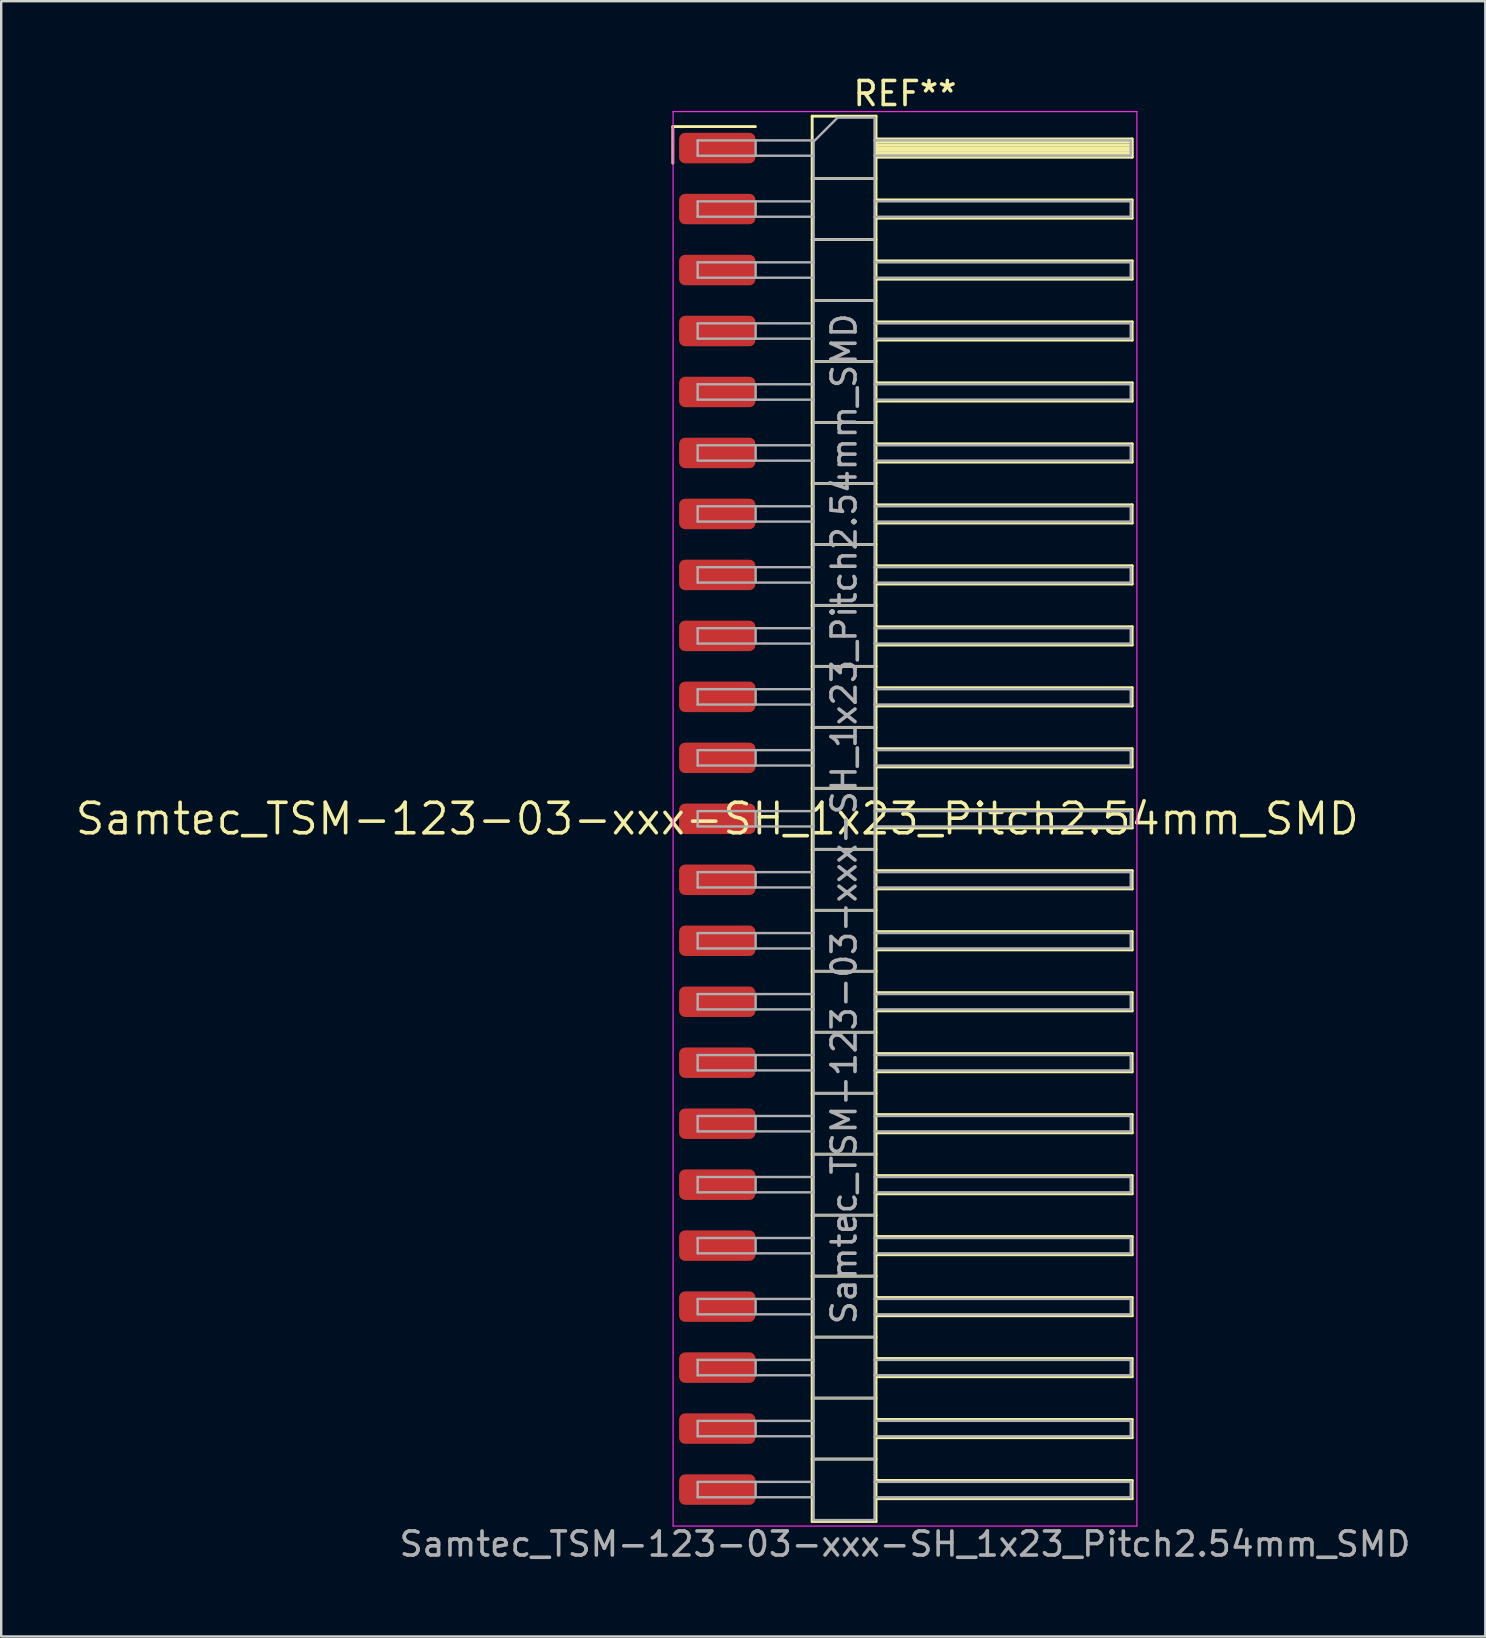
<source format=kicad_pcb>
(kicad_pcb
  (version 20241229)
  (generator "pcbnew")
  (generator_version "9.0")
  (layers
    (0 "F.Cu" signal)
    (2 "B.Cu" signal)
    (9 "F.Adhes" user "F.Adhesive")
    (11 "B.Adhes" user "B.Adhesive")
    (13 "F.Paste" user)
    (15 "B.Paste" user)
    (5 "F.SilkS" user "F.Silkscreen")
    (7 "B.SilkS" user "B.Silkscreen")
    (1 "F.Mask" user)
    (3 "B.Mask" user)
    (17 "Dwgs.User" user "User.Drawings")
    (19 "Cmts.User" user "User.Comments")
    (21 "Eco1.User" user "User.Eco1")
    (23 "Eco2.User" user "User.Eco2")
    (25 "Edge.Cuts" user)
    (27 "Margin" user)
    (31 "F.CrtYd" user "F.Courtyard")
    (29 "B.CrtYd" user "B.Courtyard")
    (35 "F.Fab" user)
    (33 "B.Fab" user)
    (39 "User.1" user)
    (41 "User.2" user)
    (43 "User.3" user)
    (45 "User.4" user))
  (footprint "Samtec_TSM-123-03-xxx-SH_1x23_Pitch2.54mm_SMD"
    (layer "F.Cu")
    (at 26.828 31.058)
    (property "Reference" "Samtec_TSM-123-03-xxx-SH_1x23_Pitch2.54mm_SMD" (at 0 0 0) (layer "F.SilkS") (effects (font (size 1.27 1.27) (thickness 0.15))))
    (attr smd)
    (fp_line (start -1.85 -28.835) (end 1.59 -28.835) (stroke (width 0.12) (type solid)) (layer "F.SilkS"))
    (fp_line (start -1.85 -27.305) (end -1.85 -28.835) (stroke (width 0.12) (type solid)) (layer "F.SilkS"))
    (fp_line (start 3.953 -29.27) (end 6.613 -29.27) (stroke (width 0.12) (type solid)) (layer "F.SilkS"))
    (fp_line (start 3.953 -26.67) (end 6.613 -26.67) (stroke (width 0.12) (type solid)) (layer "F.SilkS"))
    (fp_line (start 3.953 -24.13) (end 6.613 -24.13) (stroke (width 0.12) (type solid)) (layer "F.SilkS"))
    (fp_line (start 3.953 -21.59) (end 6.613 -21.59) (stroke (width 0.12) (type solid)) (layer "F.SilkS"))
    (fp_line (start 3.953 -19.05) (end 6.613 -19.05) (stroke (width 0.12) (type solid)) (layer "F.SilkS"))
    (fp_line (start 3.953 -16.51) (end 6.613 -16.51) (stroke (width 0.12) (type solid)) (layer "F.SilkS"))
    (fp_line (start 3.953 -13.97) (end 6.613 -13.97) (stroke (width 0.12) (type solid)) (layer "F.SilkS"))
    (fp_line (start 3.953 -11.43) (end 6.613 -11.43) (stroke (width 0.12) (type solid)) (layer "F.SilkS"))
    (fp_line (start 3.953 -8.89) (end 6.613 -8.89) (stroke (width 0.12) (type solid)) (layer "F.SilkS"))
    (fp_line (start 3.953 -6.35) (end 6.613 -6.35) (stroke (width 0.12) (type solid)) (layer "F.SilkS"))
    (fp_line (start 3.953 -3.81) (end 6.613 -3.81) (stroke (width 0.12) (type solid)) (layer "F.SilkS"))
    (fp_line (start 3.953 -1.27) (end 6.613 -1.27) (stroke (width 0.12) (type solid)) (layer "F.SilkS"))
    (fp_line (start 3.953 1.27) (end 6.613 1.27) (stroke (width 0.12) (type solid)) (layer "F.SilkS"))
    (fp_line (start 3.953 3.81) (end 6.613 3.81) (stroke (width 0.12) (type solid)) (layer "F.SilkS"))
    (fp_line (start 3.953 6.35) (end 6.613 6.35) (stroke (width 0.12) (type solid)) (layer "F.SilkS"))
    (fp_line (start 3.953 8.89) (end 6.613 8.89) (stroke (width 0.12) (type solid)) (layer "F.SilkS"))
    (fp_line (start 3.953 11.43) (end 6.613 11.43) (stroke (width 0.12) (type solid)) (layer "F.SilkS"))
    (fp_line (start 3.953 13.97) (end 6.613 13.97) (stroke (width 0.12) (type solid)) (layer "F.SilkS"))
    (fp_line (start 3.953 16.51) (end 6.613 16.51) (stroke (width 0.12) (type solid)) (layer "F.SilkS"))
    (fp_line (start 3.953 19.05) (end 6.613 19.05) (stroke (width 0.12) (type solid)) (layer "F.SilkS"))
    (fp_line (start 3.953 21.59) (end 6.613 21.59) (stroke (width 0.12) (type solid)) (layer "F.SilkS"))
    (fp_line (start 3.953 24.13) (end 6.613 24.13) (stroke (width 0.12) (type solid)) (layer "F.SilkS"))
    (fp_line (start 3.953 26.67) (end 6.613 26.67) (stroke (width 0.12) (type solid)) (layer "F.SilkS"))
    (fp_line (start 3.953 29.27) (end 3.953 -29.27) (stroke (width 0.12) (type solid)) (layer "F.SilkS"))
    (fp_line (start 6.613 -29.27) (end 6.613 29.27) (stroke (width 0.12) (type solid)) (layer "F.SilkS"))
    (fp_line (start 6.613 -28.32) (end 17.283 -28.32) (stroke (width 0.12) (type solid)) (layer "F.SilkS"))
    (fp_line (start 6.613 -28.2) (end 17.283 -28.2) (stroke (width 0.12) (type solid)) (layer "F.SilkS"))
    (fp_line (start 6.613 -28.08) (end 17.283 -28.08) (stroke (width 0.12) (type solid)) (layer "F.SilkS"))
    (fp_line (start 6.613 -27.96) (end 17.283 -27.96) (stroke (width 0.12) (type solid)) (layer "F.SilkS"))
    (fp_line (start 6.613 -27.84) (end 17.283 -27.84) (stroke (width 0.12) (type solid)) (layer "F.SilkS"))
    (fp_line (start 6.613 -27.72) (end 17.283 -27.72) (stroke (width 0.12) (type solid)) (layer "F.SilkS"))
    (fp_line (start 6.613 -27.6) (end 17.283 -27.6) (stroke (width 0.12) (type solid)) (layer "F.SilkS"))
    (fp_line (start 6.613 -27.56) (end 17.283 -27.56) (stroke (width 0.12) (type solid)) (layer "F.SilkS"))
    (fp_line (start 6.613 -25.78) (end 17.283 -25.78) (stroke (width 0.12) (type solid)) (layer "F.SilkS"))
    (fp_line (start 6.613 -25.02) (end 17.283 -25.02) (stroke (width 0.12) (type solid)) (layer "F.SilkS"))
    (fp_line (start 6.613 -23.24) (end 17.283 -23.24) (stroke (width 0.12) (type solid)) (layer "F.SilkS"))
    (fp_line (start 6.613 -22.48) (end 17.283 -22.48) (stroke (width 0.12) (type solid)) (layer "F.SilkS"))
    (fp_line (start 6.613 -20.7) (end 17.283 -20.7) (stroke (width 0.12) (type solid)) (layer "F.SilkS"))
    (fp_line (start 6.613 -19.94) (end 17.283 -19.94) (stroke (width 0.12) (type solid)) (layer "F.SilkS"))
    (fp_line (start 6.613 -18.16) (end 17.283 -18.16) (stroke (width 0.12) (type solid)) (layer "F.SilkS"))
    (fp_line (start 6.613 -17.4) (end 17.283 -17.4) (stroke (width 0.12) (type solid)) (layer "F.SilkS"))
    (fp_line (start 6.613 -15.62) (end 17.283 -15.62) (stroke (width 0.12) (type solid)) (layer "F.SilkS"))
    (fp_line (start 6.613 -14.86) (end 17.283 -14.86) (stroke (width 0.12) (type solid)) (layer "F.SilkS"))
    (fp_line (start 6.613 -13.08) (end 17.283 -13.08) (stroke (width 0.12) (type solid)) (layer "F.SilkS"))
    (fp_line (start 6.613 -12.32) (end 17.283 -12.32) (stroke (width 0.12) (type solid)) (layer "F.SilkS"))
    (fp_line (start 6.613 -10.54) (end 17.283 -10.54) (stroke (width 0.12) (type solid)) (layer "F.SilkS"))
    (fp_line (start 6.613 -9.78) (end 17.283 -9.78) (stroke (width 0.12) (type solid)) (layer "F.SilkS"))
    (fp_line (start 6.613 -8) (end 17.283 -8) (stroke (width 0.12) (type solid)) (layer "F.SilkS"))
    (fp_line (start 6.613 -7.24) (end 17.283 -7.24) (stroke (width 0.12) (type solid)) (layer "F.SilkS"))
    (fp_line (start 6.613 -5.46) (end 17.283 -5.46) (stroke (width 0.12) (type solid)) (layer "F.SilkS"))
    (fp_line (start 6.613 -4.7) (end 17.283 -4.7) (stroke (width 0.12) (type solid)) (layer "F.SilkS"))
    (fp_line (start 6.613 -2.92) (end 17.283 -2.92) (stroke (width 0.12) (type solid)) (layer "F.SilkS"))
    (fp_line (start 6.613 -2.16) (end 17.283 -2.16) (stroke (width 0.12) (type solid)) (layer "F.SilkS"))
    (fp_line (start 6.613 -0.38) (end 17.283 -0.38) (stroke (width 0.12) (type solid)) (layer "F.SilkS"))
    (fp_line (start 6.613 0.38) (end 17.283 0.38) (stroke (width 0.12) (type solid)) (layer "F.SilkS"))
    (fp_line (start 6.613 2.16) (end 17.283 2.16) (stroke (width 0.12) (type solid)) (layer "F.SilkS"))
    (fp_line (start 6.613 2.92) (end 17.283 2.92) (stroke (width 0.12) (type solid)) (layer "F.SilkS"))
    (fp_line (start 6.613 4.7) (end 17.283 4.7) (stroke (width 0.12) (type solid)) (layer "F.SilkS"))
    (fp_line (start 6.613 5.46) (end 17.283 5.46) (stroke (width 0.12) (type solid)) (layer "F.SilkS"))
    (fp_line (start 6.613 7.24) (end 17.283 7.24) (stroke (width 0.12) (type solid)) (layer "F.SilkS"))
    (fp_line (start 6.613 8) (end 17.283 8) (stroke (width 0.12) (type solid)) (layer "F.SilkS"))
    (fp_line (start 6.613 9.78) (end 17.283 9.78) (stroke (width 0.12) (type solid)) (layer "F.SilkS"))
    (fp_line (start 6.613 10.54) (end 17.283 10.54) (stroke (width 0.12) (type solid)) (layer "F.SilkS"))
    (fp_line (start 6.613 12.32) (end 17.283 12.32) (stroke (width 0.12) (type solid)) (layer "F.SilkS"))
    (fp_line (start 6.613 13.08) (end 17.283 13.08) (stroke (width 0.12) (type solid)) (layer "F.SilkS"))
    (fp_line (start 6.613 14.86) (end 17.283 14.86) (stroke (width 0.12) (type solid)) (layer "F.SilkS"))
    (fp_line (start 6.613 15.62) (end 17.283 15.62) (stroke (width 0.12) (type solid)) (layer "F.SilkS"))
    (fp_line (start 6.613 17.4) (end 17.283 17.4) (stroke (width 0.12) (type solid)) (layer "F.SilkS"))
    (fp_line (start 6.613 18.16) (end 17.283 18.16) (stroke (width 0.12) (type solid)) (layer "F.SilkS"))
    (fp_line (start 6.613 19.94) (end 17.283 19.94) (stroke (width 0.12) (type solid)) (layer "F.SilkS"))
    (fp_line (start 6.613 20.7) (end 17.283 20.7) (stroke (width 0.12) (type solid)) (layer "F.SilkS"))
    (fp_line (start 6.613 22.48) (end 17.283 22.48) (stroke (width 0.12) (type solid)) (layer "F.SilkS"))
    (fp_line (start 6.613 23.24) (end 17.283 23.24) (stroke (width 0.12) (type solid)) (layer "F.SilkS"))
    (fp_line (start 6.613 25.02) (end 17.283 25.02) (stroke (width 0.12) (type solid)) (layer "F.SilkS"))
    (fp_line (start 6.613 25.78) (end 17.283 25.78) (stroke (width 0.12) (type solid)) (layer "F.SilkS"))
    (fp_line (start 6.613 27.56) (end 17.283 27.56) (stroke (width 0.12) (type solid)) (layer "F.SilkS"))
    (fp_line (start 6.613 28.32) (end 17.283 28.32) (stroke (width 0.12) (type solid)) (layer "F.SilkS"))
    (fp_line (start 6.613 29.27) (end 3.953 29.27) (stroke (width 0.12) (type solid)) (layer "F.SilkS"))
    (fp_line (start 17.283 -28.32) (end 17.283 -27.56) (stroke (width 0.12) (type solid)) (layer "F.SilkS"))
    (fp_line (start 17.283 -25.78) (end 17.283 -25.02) (stroke (width 0.12) (type solid)) (layer "F.SilkS"))
    (fp_line (start 17.283 -23.24) (end 17.283 -22.48) (stroke (width 0.12) (type solid)) (layer "F.SilkS"))
    (fp_line (start 17.283 -20.7) (end 17.283 -19.94) (stroke (width 0.12) (type solid)) (layer "F.SilkS"))
    (fp_line (start 17.283 -18.16) (end 17.283 -17.4) (stroke (width 0.12) (type solid)) (layer "F.SilkS"))
    (fp_line (start 17.283 -15.62) (end 17.283 -14.86) (stroke (width 0.12) (type solid)) (layer "F.SilkS"))
    (fp_line (start 17.283 -13.08) (end 17.283 -12.32) (stroke (width 0.12) (type solid)) (layer "F.SilkS"))
    (fp_line (start 17.283 -10.54) (end 17.283 -9.78) (stroke (width 0.12) (type solid)) (layer "F.SilkS"))
    (fp_line (start 17.283 -8) (end 17.283 -7.24) (stroke (width 0.12) (type solid)) (layer "F.SilkS"))
    (fp_line (start 17.283 -5.46) (end 17.283 -4.7) (stroke (width 0.12) (type solid)) (layer "F.SilkS"))
    (fp_line (start 17.283 -2.92) (end 17.283 -2.16) (stroke (width 0.12) (type solid)) (layer "F.SilkS"))
    (fp_line (start 17.283 -0.38) (end 17.283 0.38) (stroke (width 0.12) (type solid)) (layer "F.SilkS"))
    (fp_line (start 17.283 2.16) (end 17.283 2.92) (stroke (width 0.12) (type solid)) (layer "F.SilkS"))
    (fp_line (start 17.283 4.7) (end 17.283 5.46) (stroke (width 0.12) (type solid)) (layer "F.SilkS"))
    (fp_line (start 17.283 7.24) (end 17.283 8) (stroke (width 0.12) (type solid)) (layer "F.SilkS"))
    (fp_line (start 17.283 9.78) (end 17.283 10.54) (stroke (width 0.12) (type solid)) (layer "F.SilkS"))
    (fp_line (start 17.283 12.32) (end 17.283 13.08) (stroke (width 0.12) (type solid)) (layer "F.SilkS"))
    (fp_line (start 17.283 14.86) (end 17.283 15.62) (stroke (width 0.12) (type solid)) (layer "F.SilkS"))
    (fp_line (start 17.283 17.4) (end 17.283 18.16) (stroke (width 0.12) (type solid)) (layer "F.SilkS"))
    (fp_line (start 17.283 19.94) (end 17.283 20.7) (stroke (width 0.12) (type solid)) (layer "F.SilkS"))
    (fp_line (start 17.283 22.48) (end 17.283 23.24) (stroke (width 0.12) (type solid)) (layer "F.SilkS"))
    (fp_line (start 17.283 25.02) (end 17.283 25.78) (stroke (width 0.12) (type solid)) (layer "F.SilkS"))
    (fp_line (start 17.283 27.56) (end 17.283 28.32) (stroke (width 0.12) (type solid)) (layer "F.SilkS"))
    (fp_line (start -1.84 -29.46) (end 17.48 -29.46) (stroke (width 0.05) (type solid)) (layer "F.CrtYd"))
    (fp_line (start -1.84 29.46) (end -1.84 -29.46) (stroke (width 0.05) (type solid)) (layer "F.CrtYd"))
    (fp_line (start 17.48 -29.46) (end 17.48 29.46) (stroke (width 0.05) (type solid)) (layer "F.CrtYd"))
    (fp_line (start 17.48 29.46) (end -1.84 29.46) (stroke (width 0.05) (type solid)) (layer "F.CrtYd"))
    (fp_line (start -0.817 -28.26) (end -0.817 -27.62) (stroke (width 0.1) (type solid)) (layer "F.Fab"))
    (fp_line (start -0.817 -28.26) (end 4.013 -28.26) (stroke (width 0.1) (type solid)) (layer "F.Fab"))
    (fp_line (start -0.817 -27.62) (end 4.013 -27.62) (stroke (width 0.1) (type solid)) (layer "F.Fab"))
    (fp_line (start -0.817 -25.72) (end -0.817 -25.08) (stroke (width 0.1) (type solid)) (layer "F.Fab"))
    (fp_line (start -0.817 -25.72) (end 4.013 -25.72) (stroke (width 0.1) (type solid)) (layer "F.Fab"))
    (fp_line (start -0.817 -25.08) (end 4.013 -25.08) (stroke (width 0.1) (type solid)) (layer "F.Fab"))
    (fp_line (start -0.817 -23.18) (end -0.817 -22.54) (stroke (width 0.1) (type solid)) (layer "F.Fab"))
    (fp_line (start -0.817 -23.18) (end 4.013 -23.18) (stroke (width 0.1) (type solid)) (layer "F.Fab"))
    (fp_line (start -0.817 -22.54) (end 4.013 -22.54) (stroke (width 0.1) (type solid)) (layer "F.Fab"))
    (fp_line (start -0.817 -20.64) (end -0.817 -20) (stroke (width 0.1) (type solid)) (layer "F.Fab"))
    (fp_line (start -0.817 -20.64) (end 4.013 -20.64) (stroke (width 0.1) (type solid)) (layer "F.Fab"))
    (fp_line (start -0.817 -20) (end 4.013 -20) (stroke (width 0.1) (type solid)) (layer "F.Fab"))
    (fp_line (start -0.817 -18.1) (end -0.817 -17.46) (stroke (width 0.1) (type solid)) (layer "F.Fab"))
    (fp_line (start -0.817 -18.1) (end 4.013 -18.1) (stroke (width 0.1) (type solid)) (layer "F.Fab"))
    (fp_line (start -0.817 -17.46) (end 4.013 -17.46) (stroke (width 0.1) (type solid)) (layer "F.Fab"))
    (fp_line (start -0.817 -15.56) (end -0.817 -14.92) (stroke (width 0.1) (type solid)) (layer "F.Fab"))
    (fp_line (start -0.817 -15.56) (end 4.013 -15.56) (stroke (width 0.1) (type solid)) (layer "F.Fab"))
    (fp_line (start -0.817 -14.92) (end 4.013 -14.92) (stroke (width 0.1) (type solid)) (layer "F.Fab"))
    (fp_line (start -0.817 -13.02) (end -0.817 -12.38) (stroke (width 0.1) (type solid)) (layer "F.Fab"))
    (fp_line (start -0.817 -13.02) (end 4.013 -13.02) (stroke (width 0.1) (type solid)) (layer "F.Fab"))
    (fp_line (start -0.817 -12.38) (end 4.013 -12.38) (stroke (width 0.1) (type solid)) (layer "F.Fab"))
    (fp_line (start -0.817 -10.48) (end -0.817 -9.84) (stroke (width 0.1) (type solid)) (layer "F.Fab"))
    (fp_line (start -0.817 -10.48) (end 4.013 -10.48) (stroke (width 0.1) (type solid)) (layer "F.Fab"))
    (fp_line (start -0.817 -9.84) (end 4.013 -9.84) (stroke (width 0.1) (type solid)) (layer "F.Fab"))
    (fp_line (start -0.817 -7.94) (end -0.817 -7.3) (stroke (width 0.1) (type solid)) (layer "F.Fab"))
    (fp_line (start -0.817 -7.94) (end 4.013 -7.94) (stroke (width 0.1) (type solid)) (layer "F.Fab"))
    (fp_line (start -0.817 -7.3) (end 4.013 -7.3) (stroke (width 0.1) (type solid)) (layer "F.Fab"))
    (fp_line (start -0.817 -5.4) (end -0.817 -4.76) (stroke (width 0.1) (type solid)) (layer "F.Fab"))
    (fp_line (start -0.817 -5.4) (end 4.013 -5.4) (stroke (width 0.1) (type solid)) (layer "F.Fab"))
    (fp_line (start -0.817 -4.76) (end 4.013 -4.76) (stroke (width 0.1) (type solid)) (layer "F.Fab"))
    (fp_line (start -0.817 -2.86) (end -0.817 -2.22) (stroke (width 0.1) (type solid)) (layer "F.Fab"))
    (fp_line (start -0.817 -2.86) (end 4.013 -2.86) (stroke (width 0.1) (type solid)) (layer "F.Fab"))
    (fp_line (start -0.817 -2.22) (end 4.013 -2.22) (stroke (width 0.1) (type solid)) (layer "F.Fab"))
    (fp_line (start -0.817 -0.32) (end -0.817 0.32) (stroke (width 0.1) (type solid)) (layer "F.Fab"))
    (fp_line (start -0.817 -0.32) (end 4.013 -0.32) (stroke (width 0.1) (type solid)) (layer "F.Fab"))
    (fp_line (start -0.817 0.32) (end 4.013 0.32) (stroke (width 0.1) (type solid)) (layer "F.Fab"))
    (fp_line (start -0.817 2.22) (end -0.817 2.86) (stroke (width 0.1) (type solid)) (layer "F.Fab"))
    (fp_line (start -0.817 2.22) (end 4.013 2.22) (stroke (width 0.1) (type solid)) (layer "F.Fab"))
    (fp_line (start -0.817 2.86) (end 4.013 2.86) (stroke (width 0.1) (type solid)) (layer "F.Fab"))
    (fp_line (start -0.817 4.76) (end -0.817 5.4) (stroke (width 0.1) (type solid)) (layer "F.Fab"))
    (fp_line (start -0.817 4.76) (end 4.013 4.76) (stroke (width 0.1) (type solid)) (layer "F.Fab"))
    (fp_line (start -0.817 5.4) (end 4.013 5.4) (stroke (width 0.1) (type solid)) (layer "F.Fab"))
    (fp_line (start -0.817 7.3) (end -0.817 7.94) (stroke (width 0.1) (type solid)) (layer "F.Fab"))
    (fp_line (start -0.817 7.3) (end 4.013 7.3) (stroke (width 0.1) (type solid)) (layer "F.Fab"))
    (fp_line (start -0.817 7.94) (end 4.013 7.94) (stroke (width 0.1) (type solid)) (layer "F.Fab"))
    (fp_line (start -0.817 9.84) (end -0.817 10.48) (stroke (width 0.1) (type solid)) (layer "F.Fab"))
    (fp_line (start -0.817 9.84) (end 4.013 9.84) (stroke (width 0.1) (type solid)) (layer "F.Fab"))
    (fp_line (start -0.817 10.48) (end 4.013 10.48) (stroke (width 0.1) (type solid)) (layer "F.Fab"))
    (fp_line (start -0.817 12.38) (end -0.817 13.02) (stroke (width 0.1) (type solid)) (layer "F.Fab"))
    (fp_line (start -0.817 12.38) (end 4.013 12.38) (stroke (width 0.1) (type solid)) (layer "F.Fab"))
    (fp_line (start -0.817 13.02) (end 4.013 13.02) (stroke (width 0.1) (type solid)) (layer "F.Fab"))
    (fp_line (start -0.817 14.92) (end -0.817 15.56) (stroke (width 0.1) (type solid)) (layer "F.Fab"))
    (fp_line (start -0.817 14.92) (end 4.013 14.92) (stroke (width 0.1) (type solid)) (layer "F.Fab"))
    (fp_line (start -0.817 15.56) (end 4.013 15.56) (stroke (width 0.1) (type solid)) (layer "F.Fab"))
    (fp_line (start -0.817 17.46) (end -0.817 18.1) (stroke (width 0.1) (type solid)) (layer "F.Fab"))
    (fp_line (start -0.817 17.46) (end 4.013 17.46) (stroke (width 0.1) (type solid)) (layer "F.Fab"))
    (fp_line (start -0.817 18.1) (end 4.013 18.1) (stroke (width 0.1) (type solid)) (layer "F.Fab"))
    (fp_line (start -0.817 20) (end -0.817 20.64) (stroke (width 0.1) (type solid)) (layer "F.Fab"))
    (fp_line (start -0.817 20) (end 4.013 20) (stroke (width 0.1) (type solid)) (layer "F.Fab"))
    (fp_line (start -0.817 20.64) (end 4.013 20.64) (stroke (width 0.1) (type solid)) (layer "F.Fab"))
    (fp_line (start -0.817 22.54) (end -0.817 23.18) (stroke (width 0.1) (type solid)) (layer "F.Fab"))
    (fp_line (start -0.817 22.54) (end 4.013 22.54) (stroke (width 0.1) (type solid)) (layer "F.Fab"))
    (fp_line (start -0.817 23.18) (end 4.013 23.18) (stroke (width 0.1) (type solid)) (layer "F.Fab"))
    (fp_line (start -0.817 25.08) (end -0.817 25.72) (stroke (width 0.1) (type solid)) (layer "F.Fab"))
    (fp_line (start -0.817 25.08) (end 4.013 25.08) (stroke (width 0.1) (type solid)) (layer "F.Fab"))
    (fp_line (start -0.817 25.72) (end 4.013 25.72) (stroke (width 0.1) (type solid)) (layer "F.Fab"))
    (fp_line (start -0.817 27.62) (end -0.817 28.26) (stroke (width 0.1) (type solid)) (layer "F.Fab"))
    (fp_line (start -0.817 27.62) (end 4.013 27.62) (stroke (width 0.1) (type solid)) (layer "F.Fab"))
    (fp_line (start -0.817 28.26) (end 4.013 28.26) (stroke (width 0.1) (type solid)) (layer "F.Fab"))
    (fp_line (start 1.598 -28.26) (end 1.598 -27.62) (stroke (width 0.1) (type solid)) (layer "F.Fab"))
    (fp_line (start 1.598 -25.72) (end 1.598 -25.08) (stroke (width 0.1) (type solid)) (layer "F.Fab"))
    (fp_line (start 1.598 -23.18) (end 1.598 -22.54) (stroke (width 0.1) (type solid)) (layer "F.Fab"))
    (fp_line (start 1.598 -20.64) (end 1.598 -20) (stroke (width 0.1) (type solid)) (layer "F.Fab"))
    (fp_line (start 1.598 -18.1) (end 1.598 -17.46) (stroke (width 0.1) (type solid)) (layer "F.Fab"))
    (fp_line (start 1.598 -15.56) (end 1.598 -14.92) (stroke (width 0.1) (type solid)) (layer "F.Fab"))
    (fp_line (start 1.598 -13.02) (end 1.598 -12.38) (stroke (width 0.1) (type solid)) (layer "F.Fab"))
    (fp_line (start 1.598 -10.48) (end 1.598 -9.84) (stroke (width 0.1) (type solid)) (layer "F.Fab"))
    (fp_line (start 1.598 -7.94) (end 1.598 -7.3) (stroke (width 0.1) (type solid)) (layer "F.Fab"))
    (fp_line (start 1.598 -5.4) (end 1.598 -4.76) (stroke (width 0.1) (type solid)) (layer "F.Fab"))
    (fp_line (start 1.598 -2.86) (end 1.598 -2.22) (stroke (width 0.1) (type solid)) (layer "F.Fab"))
    (fp_line (start 1.598 -0.32) (end 1.598 0.32) (stroke (width 0.1) (type solid)) (layer "F.Fab"))
    (fp_line (start 1.598 2.22) (end 1.598 2.86) (stroke (width 0.1) (type solid)) (layer "F.Fab"))
    (fp_line (start 1.598 4.76) (end 1.598 5.4) (stroke (width 0.1) (type solid)) (layer "F.Fab"))
    (fp_line (start 1.598 7.3) (end 1.598 7.94) (stroke (width 0.1) (type solid)) (layer "F.Fab"))
    (fp_line (start 1.598 9.84) (end 1.598 10.48) (stroke (width 0.1) (type solid)) (layer "F.Fab"))
    (fp_line (start 1.598 12.38) (end 1.598 13.02) (stroke (width 0.1) (type solid)) (layer "F.Fab"))
    (fp_line (start 1.598 14.92) (end 1.598 15.56) (stroke (width 0.1) (type solid)) (layer "F.Fab"))
    (fp_line (start 1.598 17.46) (end 1.598 18.1) (stroke (width 0.1) (type solid)) (layer "F.Fab"))
    (fp_line (start 1.598 20) (end 1.598 20.64) (stroke (width 0.1) (type solid)) (layer "F.Fab"))
    (fp_line (start 1.598 22.54) (end 1.598 23.18) (stroke (width 0.1) (type solid)) (layer "F.Fab"))
    (fp_line (start 1.598 25.08) (end 1.598 25.72) (stroke (width 0.1) (type solid)) (layer "F.Fab"))
    (fp_line (start 1.598 27.62) (end 1.598 28.26) (stroke (width 0.1) (type solid)) (layer "F.Fab"))
    (fp_line (start 4.013 -28.21) (end 5.013 -29.21) (stroke (width 0.1) (type solid)) (layer "F.Fab"))
    (fp_line (start 4.013 -26.67) (end 6.553 -26.67) (stroke (width 0.1) (type solid)) (layer "F.Fab"))
    (fp_line (start 4.013 -24.13) (end 6.553 -24.13) (stroke (width 0.1) (type solid)) (layer "F.Fab"))
    (fp_line (start 4.013 -21.59) (end 6.553 -21.59) (stroke (width 0.1) (type solid)) (layer "F.Fab"))
    (fp_line (start 4.013 -19.05) (end 6.553 -19.05) (stroke (width 0.1) (type solid)) (layer "F.Fab"))
    (fp_line (start 4.013 -16.51) (end 6.553 -16.51) (stroke (width 0.1) (type solid)) (layer "F.Fab"))
    (fp_line (start 4.013 -13.97) (end 6.553 -13.97) (stroke (width 0.1) (type solid)) (layer "F.Fab"))
    (fp_line (start 4.013 -11.43) (end 6.553 -11.43) (stroke (width 0.1) (type solid)) (layer "F.Fab"))
    (fp_line (start 4.013 -8.89) (end 6.553 -8.89) (stroke (width 0.1) (type solid)) (layer "F.Fab"))
    (fp_line (start 4.013 -6.35) (end 6.553 -6.35) (stroke (width 0.1) (type solid)) (layer "F.Fab"))
    (fp_line (start 4.013 -3.81) (end 6.553 -3.81) (stroke (width 0.1) (type solid)) (layer "F.Fab"))
    (fp_line (start 4.013 -1.27) (end 6.553 -1.27) (stroke (width 0.1) (type solid)) (layer "F.Fab"))
    (fp_line (start 4.013 1.27) (end 6.553 1.27) (stroke (width 0.1) (type solid)) (layer "F.Fab"))
    (fp_line (start 4.013 3.81) (end 6.553 3.81) (stroke (width 0.1) (type solid)) (layer "F.Fab"))
    (fp_line (start 4.013 6.35) (end 6.553 6.35) (stroke (width 0.1) (type solid)) (layer "F.Fab"))
    (fp_line (start 4.013 8.89) (end 6.553 8.89) (stroke (width 0.1) (type solid)) (layer "F.Fab"))
    (fp_line (start 4.013 11.43) (end 6.553 11.43) (stroke (width 0.1) (type solid)) (layer "F.Fab"))
    (fp_line (start 4.013 13.97) (end 6.553 13.97) (stroke (width 0.1) (type solid)) (layer "F.Fab"))
    (fp_line (start 4.013 16.51) (end 6.553 16.51) (stroke (width 0.1) (type solid)) (layer "F.Fab"))
    (fp_line (start 4.013 19.05) (end 6.553 19.05) (stroke (width 0.1) (type solid)) (layer "F.Fab"))
    (fp_line (start 4.013 21.59) (end 6.553 21.59) (stroke (width 0.1) (type solid)) (layer "F.Fab"))
    (fp_line (start 4.013 24.13) (end 6.553 24.13) (stroke (width 0.1) (type solid)) (layer "F.Fab"))
    (fp_line (start 4.013 26.67) (end 6.553 26.67) (stroke (width 0.1) (type solid)) (layer "F.Fab"))
    (fp_line (start 4.013 29.21) (end 4.013 -28.21) (stroke (width 0.1) (type solid)) (layer "F.Fab"))
    (fp_line (start 5.013 -29.21) (end 6.553 -29.21) (stroke (width 0.1) (type solid)) (layer "F.Fab"))
    (fp_line (start 6.553 -29.21) (end 6.553 29.21) (stroke (width 0.1) (type solid)) (layer "F.Fab"))
    (fp_line (start 6.553 -28.26) (end 17.223 -28.26) (stroke (width 0.1) (type solid)) (layer "F.Fab"))
    (fp_line (start 6.553 -27.62) (end 17.223 -27.62) (stroke (width 0.1) (type solid)) (layer "F.Fab"))
    (fp_line (start 6.553 -25.72) (end 17.223 -25.72) (stroke (width 0.1) (type solid)) (layer "F.Fab"))
    (fp_line (start 6.553 -25.08) (end 17.223 -25.08) (stroke (width 0.1) (type solid)) (layer "F.Fab"))
    (fp_line (start 6.553 -23.18) (end 17.223 -23.18) (stroke (width 0.1) (type solid)) (layer "F.Fab"))
    (fp_line (start 6.553 -22.54) (end 17.223 -22.54) (stroke (width 0.1) (type solid)) (layer "F.Fab"))
    (fp_line (start 6.553 -20.64) (end 17.223 -20.64) (stroke (width 0.1) (type solid)) (layer "F.Fab"))
    (fp_line (start 6.553 -20) (end 17.223 -20) (stroke (width 0.1) (type solid)) (layer "F.Fab"))
    (fp_line (start 6.553 -18.1) (end 17.223 -18.1) (stroke (width 0.1) (type solid)) (layer "F.Fab"))
    (fp_line (start 6.553 -17.46) (end 17.223 -17.46) (stroke (width 0.1) (type solid)) (layer "F.Fab"))
    (fp_line (start 6.553 -15.56) (end 17.223 -15.56) (stroke (width 0.1) (type solid)) (layer "F.Fab"))
    (fp_line (start 6.553 -14.92) (end 17.223 -14.92) (stroke (width 0.1) (type solid)) (layer "F.Fab"))
    (fp_line (start 6.553 -13.02) (end 17.223 -13.02) (stroke (width 0.1) (type solid)) (layer "F.Fab"))
    (fp_line (start 6.553 -12.38) (end 17.223 -12.38) (stroke (width 0.1) (type solid)) (layer "F.Fab"))
    (fp_line (start 6.553 -10.48) (end 17.223 -10.48) (stroke (width 0.1) (type solid)) (layer "F.Fab"))
    (fp_line (start 6.553 -9.84) (end 17.223 -9.84) (stroke (width 0.1) (type solid)) (layer "F.Fab"))
    (fp_line (start 6.553 -7.94) (end 17.223 -7.94) (stroke (width 0.1) (type solid)) (layer "F.Fab"))
    (fp_line (start 6.553 -7.3) (end 17.223 -7.3) (stroke (width 0.1) (type solid)) (layer "F.Fab"))
    (fp_line (start 6.553 -5.4) (end 17.223 -5.4) (stroke (width 0.1) (type solid)) (layer "F.Fab"))
    (fp_line (start 6.553 -4.76) (end 17.223 -4.76) (stroke (width 0.1) (type solid)) (layer "F.Fab"))
    (fp_line (start 6.553 -2.86) (end 17.223 -2.86) (stroke (width 0.1) (type solid)) (layer "F.Fab"))
    (fp_line (start 6.553 -2.22) (end 17.223 -2.22) (stroke (width 0.1) (type solid)) (layer "F.Fab"))
    (fp_line (start 6.553 -0.32) (end 17.223 -0.32) (stroke (width 0.1) (type solid)) (layer "F.Fab"))
    (fp_line (start 6.553 0.32) (end 17.223 0.32) (stroke (width 0.1) (type solid)) (layer "F.Fab"))
    (fp_line (start 6.553 2.22) (end 17.223 2.22) (stroke (width 0.1) (type solid)) (layer "F.Fab"))
    (fp_line (start 6.553 2.86) (end 17.223 2.86) (stroke (width 0.1) (type solid)) (layer "F.Fab"))
    (fp_line (start 6.553 4.76) (end 17.223 4.76) (stroke (width 0.1) (type solid)) (layer "F.Fab"))
    (fp_line (start 6.553 5.4) (end 17.223 5.4) (stroke (width 0.1) (type solid)) (layer "F.Fab"))
    (fp_line (start 6.553 7.3) (end 17.223 7.3) (stroke (width 0.1) (type solid)) (layer "F.Fab"))
    (fp_line (start 6.553 7.94) (end 17.223 7.94) (stroke (width 0.1) (type solid)) (layer "F.Fab"))
    (fp_line (start 6.553 9.84) (end 17.223 9.84) (stroke (width 0.1) (type solid)) (layer "F.Fab"))
    (fp_line (start 6.553 10.48) (end 17.223 10.48) (stroke (width 0.1) (type solid)) (layer "F.Fab"))
    (fp_line (start 6.553 12.38) (end 17.223 12.38) (stroke (width 0.1) (type solid)) (layer "F.Fab"))
    (fp_line (start 6.553 13.02) (end 17.223 13.02) (stroke (width 0.1) (type solid)) (layer "F.Fab"))
    (fp_line (start 6.553 14.92) (end 17.223 14.92) (stroke (width 0.1) (type solid)) (layer "F.Fab"))
    (fp_line (start 6.553 15.56) (end 17.223 15.56) (stroke (width 0.1) (type solid)) (layer "F.Fab"))
    (fp_line (start 6.553 17.46) (end 17.223 17.46) (stroke (width 0.1) (type solid)) (layer "F.Fab"))
    (fp_line (start 6.553 18.1) (end 17.223 18.1) (stroke (width 0.1) (type solid)) (layer "F.Fab"))
    (fp_line (start 6.553 20) (end 17.223 20) (stroke (width 0.1) (type solid)) (layer "F.Fab"))
    (fp_line (start 6.553 20.64) (end 17.223 20.64) (stroke (width 0.1) (type solid)) (layer "F.Fab"))
    (fp_line (start 6.553 22.54) (end 17.223 22.54) (stroke (width 0.1) (type solid)) (layer "F.Fab"))
    (fp_line (start 6.553 23.18) (end 17.223 23.18) (stroke (width 0.1) (type solid)) (layer "F.Fab"))
    (fp_line (start 6.553 25.08) (end 17.223 25.08) (stroke (width 0.1) (type solid)) (layer "F.Fab"))
    (fp_line (start 6.553 25.72) (end 17.223 25.72) (stroke (width 0.1) (type solid)) (layer "F.Fab"))
    (fp_line (start 6.553 27.62) (end 17.223 27.62) (stroke (width 0.1) (type solid)) (layer "F.Fab"))
    (fp_line (start 6.553 28.26) (end 17.223 28.26) (stroke (width 0.1) (type solid)) (layer "F.Fab"))
    (fp_line (start 6.553 29.21) (end 4.013 29.21) (stroke (width 0.1) (type solid)) (layer "F.Fab"))
    (fp_line (start 17.223 -28.26) (end 17.223 -27.62) (stroke (width 0.1) (type solid)) (layer "F.Fab"))
    (fp_line (start 17.223 -25.72) (end 17.223 -25.08) (stroke (width 0.1) (type solid)) (layer "F.Fab"))
    (fp_line (start 17.223 -23.18) (end 17.223 -22.54) (stroke (width 0.1) (type solid)) (layer "F.Fab"))
    (fp_line (start 17.223 -20.64) (end 17.223 -20) (stroke (width 0.1) (type solid)) (layer "F.Fab"))
    (fp_line (start 17.223 -18.1) (end 17.223 -17.46) (stroke (width 0.1) (type solid)) (layer "F.Fab"))
    (fp_line (start 17.223 -15.56) (end 17.223 -14.92) (stroke (width 0.1) (type solid)) (layer "F.Fab"))
    (fp_line (start 17.223 -13.02) (end 17.223 -12.38) (stroke (width 0.1) (type solid)) (layer "F.Fab"))
    (fp_line (start 17.223 -10.48) (end 17.223 -9.84) (stroke (width 0.1) (type solid)) (layer "F.Fab"))
    (fp_line (start 17.223 -7.94) (end 17.223 -7.3) (stroke (width 0.1) (type solid)) (layer "F.Fab"))
    (fp_line (start 17.223 -5.4) (end 17.223 -4.76) (stroke (width 0.1) (type solid)) (layer "F.Fab"))
    (fp_line (start 17.223 -2.86) (end 17.223 -2.22) (stroke (width 0.1) (type solid)) (layer "F.Fab"))
    (fp_line (start 17.223 -0.32) (end 17.223 0.32) (stroke (width 0.1) (type solid)) (layer "F.Fab"))
    (fp_line (start 17.223 2.22) (end 17.223 2.86) (stroke (width 0.1) (type solid)) (layer "F.Fab"))
    (fp_line (start 17.223 4.76) (end 17.223 5.4) (stroke (width 0.1) (type solid)) (layer "F.Fab"))
    (fp_line (start 17.223 7.3) (end 17.223 7.94) (stroke (width 0.1) (type solid)) (layer "F.Fab"))
    (fp_line (start 17.223 9.84) (end 17.223 10.48) (stroke (width 0.1) (type solid)) (layer "F.Fab"))
    (fp_line (start 17.223 12.38) (end 17.223 13.02) (stroke (width 0.1) (type solid)) (layer "F.Fab"))
    (fp_line (start 17.223 14.92) (end 17.223 15.56) (stroke (width 0.1) (type solid)) (layer "F.Fab"))
    (fp_line (start 17.223 17.46) (end 17.223 18.1) (stroke (width 0.1) (type solid)) (layer "F.Fab"))
    (fp_line (start 17.223 20) (end 17.223 20.64) (stroke (width 0.1) (type solid)) (layer "F.Fab"))
    (fp_line (start 17.223 22.54) (end 17.223 23.18) (stroke (width 0.1) (type solid)) (layer "F.Fab"))
    (fp_line (start 17.223 25.08) (end 17.223 25.72) (stroke (width 0.1) (type solid)) (layer "F.Fab"))
    (fp_line (start 17.223 27.62) (end 17.223 28.26) (stroke (width 0.1) (type solid)) (layer "F.Fab"))
    (fp_text user "REF**" (at 7.82 -30.21 0) (layer "F.SilkS") (effects (font (size 1 1) (thickness 0.15))))
    (fp_text user "Samtec_TSM-123-03-xxx-SH_1x23_Pitch2.54mm_SMD" (at 7.82 30.21 0) (layer "F.Fab") (effects (font (size 1 1) (thickness 0.15))))
    (fp_text user "${REFERENCE}" (at 5.283 0 90) (layer "F.Fab") (effects (font (size 1 1) (thickness 0.15))))
    (pad "1" smd roundrect (at 0 -27.94) (size 3.18 1.27) (layers "F.Cu" "F.Mask" "F.Paste") (roundrect_rratio 0.197))
    (pad "2" smd roundrect (at 0 -25.4) (size 3.18 1.27) (layers "F.Cu" "F.Mask" "F.Paste") (roundrect_rratio 0.197))
    (pad "3" smd roundrect (at 0 -22.86) (size 3.18 1.27) (layers "F.Cu" "F.Mask" "F.Paste") (roundrect_rratio 0.197))
    (pad "4" smd roundrect (at 0 -20.32) (size 3.18 1.27) (layers "F.Cu" "F.Mask" "F.Paste") (roundrect_rratio 0.197))
    (pad "5" smd roundrect (at 0 -17.78) (size 3.18 1.27) (layers "F.Cu" "F.Mask" "F.Paste") (roundrect_rratio 0.197))
    (pad "6" smd roundrect (at 0 -15.24) (size 3.18 1.27) (layers "F.Cu" "F.Mask" "F.Paste") (roundrect_rratio 0.197))
    (pad "7" smd roundrect (at 0 -12.7) (size 3.18 1.27) (layers "F.Cu" "F.Mask" "F.Paste") (roundrect_rratio 0.197))
    (pad "8" smd roundrect (at 0 -10.16) (size 3.18 1.27) (layers "F.Cu" "F.Mask" "F.Paste") (roundrect_rratio 0.197))
    (pad "9" smd roundrect (at 0 -7.62) (size 3.18 1.27) (layers "F.Cu" "F.Mask" "F.Paste") (roundrect_rratio 0.197))
    (pad "10" smd roundrect (at 0 -5.08) (size 3.18 1.27) (layers "F.Cu" "F.Mask" "F.Paste") (roundrect_rratio 0.197))
    (pad "11" smd roundrect (at 0 -2.54) (size 3.18 1.27) (layers "F.Cu" "F.Mask" "F.Paste") (roundrect_rratio 0.197))
    (pad "12" smd roundrect (at 0 0) (size 3.18 1.27) (layers "F.Cu" "F.Mask" "F.Paste") (roundrect_rratio 0.197))
    (pad "13" smd roundrect (at 0 2.54) (size 3.18 1.27) (layers "F.Cu" "F.Mask" "F.Paste") (roundrect_rratio 0.197))
    (pad "14" smd roundrect (at 0 5.08) (size 3.18 1.27) (layers "F.Cu" "F.Mask" "F.Paste") (roundrect_rratio 0.197))
    (pad "15" smd roundrect (at 0 7.62) (size 3.18 1.27) (layers "F.Cu" "F.Mask" "F.Paste") (roundrect_rratio 0.197))
    (pad "16" smd roundrect (at 0 10.16) (size 3.18 1.27) (layers "F.Cu" "F.Mask" "F.Paste") (roundrect_rratio 0.197))
    (pad "17" smd roundrect (at 0 12.7) (size 3.18 1.27) (layers "F.Cu" "F.Mask" "F.Paste") (roundrect_rratio 0.197))
    (pad "18" smd roundrect (at 0 15.24) (size 3.18 1.27) (layers "F.Cu" "F.Mask" "F.Paste") (roundrect_rratio 0.197))
    (pad "19" smd roundrect (at 0 17.78) (size 3.18 1.27) (layers "F.Cu" "F.Mask" "F.Paste") (roundrect_rratio 0.197))
    (pad "20" smd roundrect (at 0 20.32) (size 3.18 1.27) (layers "F.Cu" "F.Mask" "F.Paste") (roundrect_rratio 0.197))
    (pad "21" smd roundrect (at 0 22.86) (size 3.18 1.27) (layers "F.Cu" "F.Mask" "F.Paste") (roundrect_rratio 0.197))
    (pad "22" smd roundrect (at 0 25.4) (size 3.18 1.27) (layers "F.Cu" "F.Mask" "F.Paste") (roundrect_rratio 0.197))
    (pad "23" smd roundrect (at 0 27.94) (size 3.18 1.27) (layers "F.Cu" "F.Mask" "F.Paste") (roundrect_rratio 0.197)))
  (gr_rect
    (start -3 -3)
    (end 58.821 65.117)
    (stroke (width 0.1) (type default))
    (fill no)
    (layer "Edge.Cuts")))
</source>
